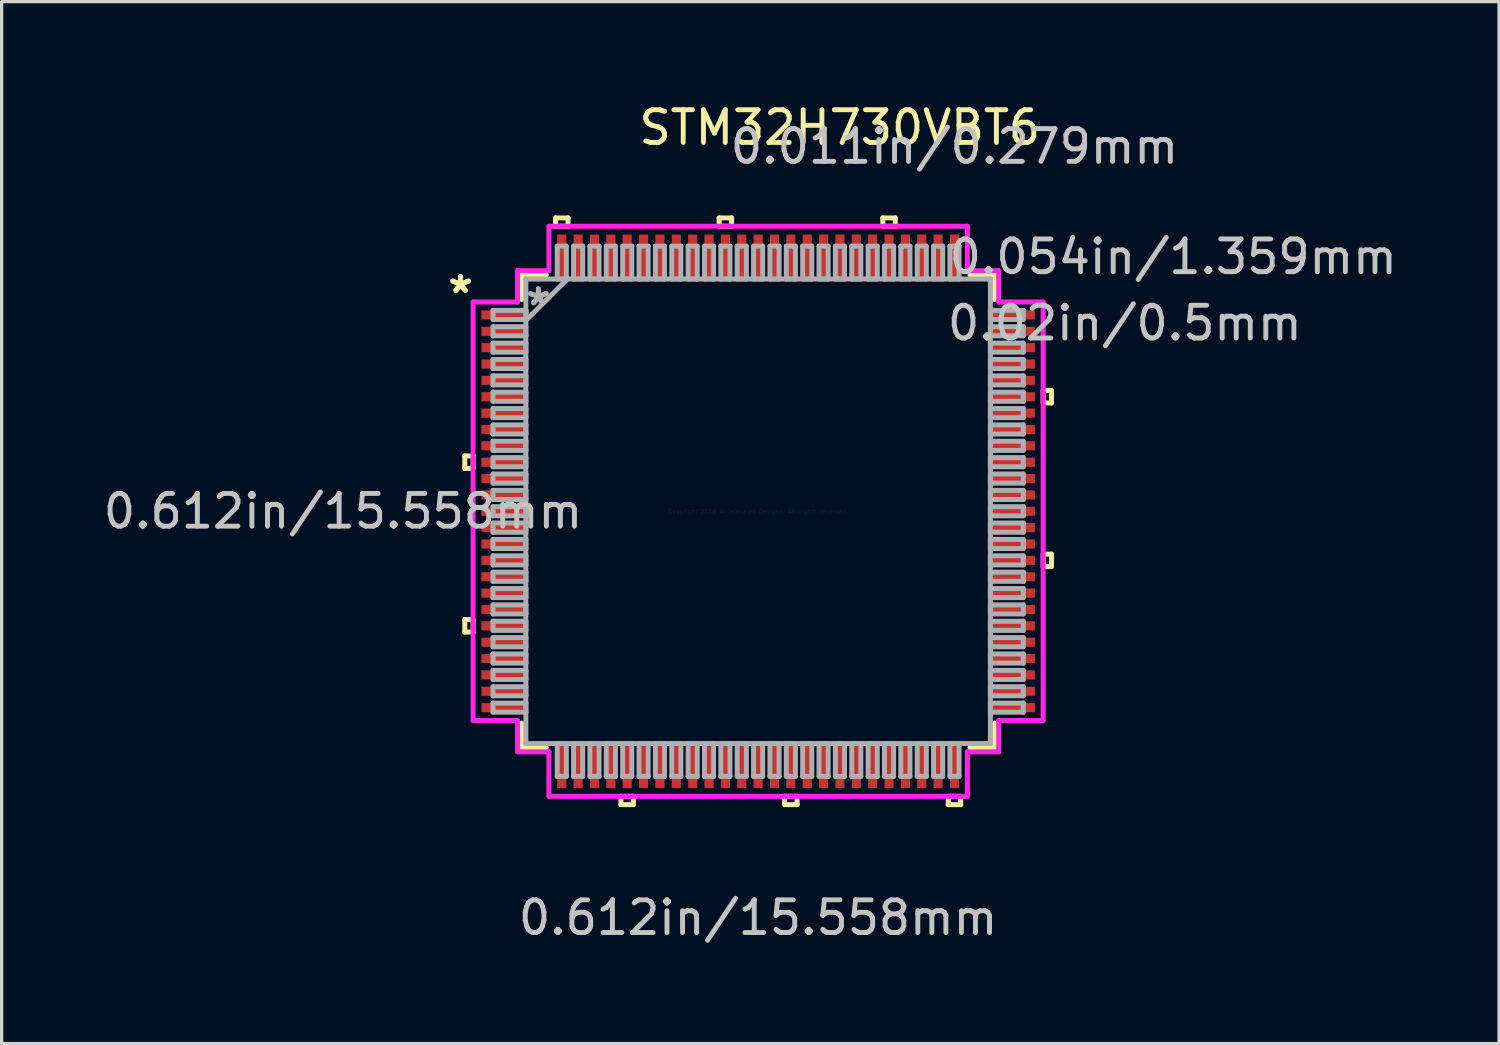
<source format=kicad_pcb>
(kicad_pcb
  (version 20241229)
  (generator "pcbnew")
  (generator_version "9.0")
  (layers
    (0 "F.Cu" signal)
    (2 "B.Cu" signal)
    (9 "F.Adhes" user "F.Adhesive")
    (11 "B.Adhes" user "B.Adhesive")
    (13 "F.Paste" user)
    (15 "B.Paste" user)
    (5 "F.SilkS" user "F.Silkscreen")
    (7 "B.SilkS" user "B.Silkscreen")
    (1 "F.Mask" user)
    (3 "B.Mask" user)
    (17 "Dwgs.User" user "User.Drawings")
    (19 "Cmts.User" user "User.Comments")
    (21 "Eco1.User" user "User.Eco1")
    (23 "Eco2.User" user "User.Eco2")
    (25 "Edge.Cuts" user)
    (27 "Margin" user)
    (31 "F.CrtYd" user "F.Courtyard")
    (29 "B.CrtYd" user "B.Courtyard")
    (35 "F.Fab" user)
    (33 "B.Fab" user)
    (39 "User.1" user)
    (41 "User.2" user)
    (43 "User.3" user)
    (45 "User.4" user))
  (footprint "STM32H730VBT6"
    (layer "F.Cu")
    (at 20.122 12.577)
    (property "Reference" "STM32H730VBT6" (at 2.496 -11.728 0) (layer "F.SilkS") (effects (font (size 1 1) (thickness 0.15))))
    (attr through_hole)
    (fp_line (start -8.966 -1.691) (end -8.966 -1.31) (stroke (width 0.152) (type solid)) (layer "F.SilkS"))
    (fp_line (start -8.966 -1.31) (end -8.712 -1.31) (stroke (width 0.152) (type solid)) (layer "F.SilkS"))
    (fp_line (start -8.966 3.31) (end -8.966 3.691) (stroke (width 0.152) (type solid)) (layer "F.SilkS"))
    (fp_line (start -8.966 3.691) (end -8.712 3.691) (stroke (width 0.152) (type solid)) (layer "F.SilkS"))
    (fp_line (start -8.712 -1.691) (end -8.966 -1.691) (stroke (width 0.152) (type solid)) (layer "F.SilkS"))
    (fp_line (start -8.712 -1.31) (end -8.712 -1.691) (stroke (width 0.152) (type solid)) (layer "F.SilkS"))
    (fp_line (start -8.712 3.31) (end -8.966 3.31) (stroke (width 0.152) (type solid)) (layer "F.SilkS"))
    (fp_line (start -8.712 3.691) (end -8.712 3.31) (stroke (width 0.152) (type solid)) (layer "F.SilkS"))
    (fp_line (start -7.226 -7.226) (end -7.226 -6.474) (stroke (width 0.152) (type solid)) (layer "F.SilkS"))
    (fp_line (start -7.226 6.474) (end -7.226 7.226) (stroke (width 0.152) (type solid)) (layer "F.SilkS"))
    (fp_line (start -7.226 7.226) (end -6.474 7.226) (stroke (width 0.152) (type solid)) (layer "F.SilkS"))
    (fp_line (start -6.474 -7.226) (end -7.226 -7.226) (stroke (width 0.152) (type solid)) (layer "F.SilkS"))
    (fp_line (start -6.192 -8.966) (end -5.811 -8.966) (stroke (width 0.152) (type solid)) (layer "F.SilkS"))
    (fp_line (start -6.192 -8.712) (end -6.192 -8.966) (stroke (width 0.152) (type solid)) (layer "F.SilkS"))
    (fp_line (start -5.811 -8.966) (end -5.811 -8.712) (stroke (width 0.152) (type solid)) (layer "F.SilkS"))
    (fp_line (start -5.811 -8.712) (end -6.192 -8.712) (stroke (width 0.152) (type solid)) (layer "F.SilkS"))
    (fp_line (start -4.192 8.712) (end -4.192 8.966) (stroke (width 0.152) (type solid)) (layer "F.SilkS"))
    (fp_line (start -4.192 8.966) (end -3.811 8.966) (stroke (width 0.152) (type solid)) (layer "F.SilkS"))
    (fp_line (start -3.811 8.712) (end -4.192 8.712) (stroke (width 0.152) (type solid)) (layer "F.SilkS"))
    (fp_line (start -3.811 8.966) (end -3.811 8.712) (stroke (width 0.152) (type solid)) (layer "F.SilkS"))
    (fp_line (start -1.191 -8.966) (end -0.81 -8.966) (stroke (width 0.152) (type solid)) (layer "F.SilkS"))
    (fp_line (start -1.191 -8.712) (end -1.191 -8.966) (stroke (width 0.152) (type solid)) (layer "F.SilkS"))
    (fp_line (start -0.81 -8.966) (end -0.81 -8.712) (stroke (width 0.152) (type solid)) (layer "F.SilkS"))
    (fp_line (start -0.81 -8.712) (end -1.191 -8.712) (stroke (width 0.152) (type solid)) (layer "F.SilkS"))
    (fp_line (start 0.81 8.712) (end 0.81 8.966) (stroke (width 0.152) (type solid)) (layer "F.SilkS"))
    (fp_line (start 0.81 8.966) (end 1.191 8.966) (stroke (width 0.152) (type solid)) (layer "F.SilkS"))
    (fp_line (start 1.191 8.712) (end 0.81 8.712) (stroke (width 0.152) (type solid)) (layer "F.SilkS"))
    (fp_line (start 1.191 8.966) (end 1.191 8.712) (stroke (width 0.152) (type solid)) (layer "F.SilkS"))
    (fp_line (start 3.811 -8.966) (end 4.192 -8.966) (stroke (width 0.152) (type solid)) (layer "F.SilkS"))
    (fp_line (start 3.811 -8.712) (end 3.811 -8.966) (stroke (width 0.152) (type solid)) (layer "F.SilkS"))
    (fp_line (start 4.192 -8.966) (end 4.192 -8.712) (stroke (width 0.152) (type solid)) (layer "F.SilkS"))
    (fp_line (start 4.192 -8.712) (end 3.811 -8.712) (stroke (width 0.152) (type solid)) (layer "F.SilkS"))
    (fp_line (start 5.811 8.712) (end 5.811 8.966) (stroke (width 0.152) (type solid)) (layer "F.SilkS"))
    (fp_line (start 5.811 8.966) (end 6.192 8.966) (stroke (width 0.152) (type solid)) (layer "F.SilkS"))
    (fp_line (start 6.192 8.712) (end 5.811 8.712) (stroke (width 0.152) (type solid)) (layer "F.SilkS"))
    (fp_line (start 6.192 8.966) (end 6.192 8.712) (stroke (width 0.152) (type solid)) (layer "F.SilkS"))
    (fp_line (start 6.474 7.226) (end 7.226 7.226) (stroke (width 0.152) (type solid)) (layer "F.SilkS"))
    (fp_line (start 7.226 -7.226) (end 6.474 -7.226) (stroke (width 0.152) (type solid)) (layer "F.SilkS"))
    (fp_line (start 7.226 -6.474) (end 7.226 -7.226) (stroke (width 0.152) (type solid)) (layer "F.SilkS"))
    (fp_line (start 7.226 7.226) (end 7.226 6.474) (stroke (width 0.152) (type solid)) (layer "F.SilkS"))
    (fp_line (start 8.712 -3.691) (end 8.966 -3.691) (stroke (width 0.152) (type solid)) (layer "F.SilkS"))
    (fp_line (start 8.712 -3.31) (end 8.712 -3.691) (stroke (width 0.152) (type solid)) (layer "F.SilkS"))
    (fp_line (start 8.712 1.31) (end 8.966 1.31) (stroke (width 0.152) (type solid)) (layer "F.SilkS"))
    (fp_line (start 8.712 1.691) (end 8.712 1.31) (stroke (width 0.152) (type solid)) (layer "F.SilkS"))
    (fp_line (start 8.966 -3.691) (end 8.966 -3.31) (stroke (width 0.152) (type solid)) (layer "F.SilkS"))
    (fp_line (start 8.966 -3.31) (end 8.712 -3.31) (stroke (width 0.152) (type solid)) (layer "F.SilkS"))
    (fp_line (start 8.966 1.31) (end 8.966 1.691) (stroke (width 0.152) (type solid)) (layer "F.SilkS"))
    (fp_line (start 8.966 1.691) (end 8.712 1.691) (stroke (width 0.152) (type solid)) (layer "F.SilkS"))
    (fp_line (start -8.712 -6.395) (end -7.353 -6.395) (stroke (width 0.152) (type solid)) (layer "F.CrtYd"))
    (fp_line (start -8.712 6.395) (end -8.712 -6.395) (stroke (width 0.152) (type solid)) (layer "F.CrtYd"))
    (fp_line (start -7.353 -7.353) (end -6.395 -7.353) (stroke (width 0.152) (type solid)) (layer "F.CrtYd"))
    (fp_line (start -7.353 -6.395) (end -7.353 -7.353) (stroke (width 0.152) (type solid)) (layer "F.CrtYd"))
    (fp_line (start -7.353 6.395) (end -8.712 6.395) (stroke (width 0.152) (type solid)) (layer "F.CrtYd"))
    (fp_line (start -7.353 7.353) (end -7.353 6.395) (stroke (width 0.152) (type solid)) (layer "F.CrtYd"))
    (fp_line (start -6.395 -8.712) (end 6.395 -8.712) (stroke (width 0.152) (type solid)) (layer "F.CrtYd"))
    (fp_line (start -6.395 -7.353) (end -6.395 -8.712) (stroke (width 0.152) (type solid)) (layer "F.CrtYd"))
    (fp_line (start -6.395 7.353) (end -7.353 7.353) (stroke (width 0.152) (type solid)) (layer "F.CrtYd"))
    (fp_line (start -6.395 8.712) (end -6.395 7.353) (stroke (width 0.152) (type solid)) (layer "F.CrtYd"))
    (fp_line (start 6.395 -8.712) (end 6.395 -7.353) (stroke (width 0.152) (type solid)) (layer "F.CrtYd"))
    (fp_line (start 6.395 -7.353) (end 7.353 -7.353) (stroke (width 0.152) (type solid)) (layer "F.CrtYd"))
    (fp_line (start 6.395 7.353) (end 6.395 8.712) (stroke (width 0.152) (type solid)) (layer "F.CrtYd"))
    (fp_line (start 6.395 8.712) (end -6.395 8.712) (stroke (width 0.152) (type solid)) (layer "F.CrtYd"))
    (fp_line (start 7.353 -7.353) (end 7.353 -6.395) (stroke (width 0.152) (type solid)) (layer "F.CrtYd"))
    (fp_line (start 7.353 -6.395) (end 8.712 -6.395) (stroke (width 0.152) (type solid)) (layer "F.CrtYd"))
    (fp_line (start 7.353 6.395) (end 7.353 7.353) (stroke (width 0.152) (type solid)) (layer "F.CrtYd"))
    (fp_line (start 7.353 7.353) (end 6.395 7.353) (stroke (width 0.152) (type solid)) (layer "F.CrtYd"))
    (fp_line (start 8.712 -6.395) (end 8.712 6.395) (stroke (width 0.152) (type solid)) (layer "F.CrtYd"))
    (fp_line (start 8.712 6.395) (end 7.353 6.395) (stroke (width 0.152) (type solid)) (layer "F.CrtYd"))
    (fp_line (start -8.103 -6.141) (end -8.103 -5.862) (stroke (width 0.152) (type solid)) (layer "F.Fab"))
    (fp_line (start -8.103 -5.862) (end -7.099 -5.862) (stroke (width 0.152) (type solid)) (layer "F.Fab"))
    (fp_line (start -8.103 -5.641) (end -8.103 -5.362) (stroke (width 0.152) (type solid)) (layer "F.Fab"))
    (fp_line (start -8.103 -5.362) (end -7.099 -5.362) (stroke (width 0.152) (type solid)) (layer "F.Fab"))
    (fp_line (start -8.103 -5.141) (end -8.103 -4.862) (stroke (width 0.152) (type solid)) (layer "F.Fab"))
    (fp_line (start -8.103 -4.862) (end -7.099 -4.862) (stroke (width 0.152) (type solid)) (layer "F.Fab"))
    (fp_line (start -8.103 -4.641) (end -8.103 -4.361) (stroke (width 0.152) (type solid)) (layer "F.Fab"))
    (fp_line (start -8.103 -4.361) (end -7.099 -4.361) (stroke (width 0.152) (type solid)) (layer "F.Fab"))
    (fp_line (start -8.103 -4.141) (end -8.103 -3.861) (stroke (width 0.152) (type solid)) (layer "F.Fab"))
    (fp_line (start -8.103 -3.861) (end -7.099 -3.861) (stroke (width 0.152) (type solid)) (layer "F.Fab"))
    (fp_line (start -8.103 -3.641) (end -8.103 -3.361) (stroke (width 0.152) (type solid)) (layer "F.Fab"))
    (fp_line (start -8.103 -3.361) (end -7.099 -3.361) (stroke (width 0.152) (type solid)) (layer "F.Fab"))
    (fp_line (start -8.103 -3.14) (end -8.103 -2.861) (stroke (width 0.152) (type solid)) (layer "F.Fab"))
    (fp_line (start -8.103 -2.861) (end -7.099 -2.861) (stroke (width 0.152) (type solid)) (layer "F.Fab"))
    (fp_line (start -8.103 -2.64) (end -8.103 -2.361) (stroke (width 0.152) (type solid)) (layer "F.Fab"))
    (fp_line (start -8.103 -2.361) (end -7.099 -2.361) (stroke (width 0.152) (type solid)) (layer "F.Fab"))
    (fp_line (start -8.103 -2.14) (end -8.103 -1.861) (stroke (width 0.152) (type solid)) (layer "F.Fab"))
    (fp_line (start -8.103 -1.861) (end -7.099 -1.861) (stroke (width 0.152) (type solid)) (layer "F.Fab"))
    (fp_line (start -8.103 -1.64) (end -8.103 -1.361) (stroke (width 0.152) (type solid)) (layer "F.Fab"))
    (fp_line (start -8.103 -1.361) (end -7.099 -1.361) (stroke (width 0.152) (type solid)) (layer "F.Fab"))
    (fp_line (start -8.103 -1.14) (end -8.103 -0.861) (stroke (width 0.152) (type solid)) (layer "F.Fab"))
    (fp_line (start -8.103 -0.861) (end -7.099 -0.861) (stroke (width 0.152) (type solid)) (layer "F.Fab"))
    (fp_line (start -8.103 -0.64) (end -8.103 -0.36) (stroke (width 0.152) (type solid)) (layer "F.Fab"))
    (fp_line (start -8.103 -0.36) (end -7.099 -0.36) (stroke (width 0.152) (type solid)) (layer "F.Fab"))
    (fp_line (start -8.103 -0.14) (end -8.103 0.14) (stroke (width 0.152) (type solid)) (layer "F.Fab"))
    (fp_line (start -8.103 0.14) (end -7.099 0.14) (stroke (width 0.152) (type solid)) (layer "F.Fab"))
    (fp_line (start -8.103 0.36) (end -8.103 0.64) (stroke (width 0.152) (type solid)) (layer "F.Fab"))
    (fp_line (start -8.103 0.64) (end -7.099 0.64) (stroke (width 0.152) (type solid)) (layer "F.Fab"))
    (fp_line (start -8.103 0.861) (end -8.103 1.14) (stroke (width 0.152) (type solid)) (layer "F.Fab"))
    (fp_line (start -8.103 1.14) (end -7.099 1.14) (stroke (width 0.152) (type solid)) (layer "F.Fab"))
    (fp_line (start -8.103 1.361) (end -8.103 1.64) (stroke (width 0.152) (type solid)) (layer "F.Fab"))
    (fp_line (start -8.103 1.64) (end -7.099 1.64) (stroke (width 0.152) (type solid)) (layer "F.Fab"))
    (fp_line (start -8.103 1.861) (end -8.103 2.14) (stroke (width 0.152) (type solid)) (layer "F.Fab"))
    (fp_line (start -8.103 2.14) (end -7.099 2.14) (stroke (width 0.152) (type solid)) (layer "F.Fab"))
    (fp_line (start -8.103 2.361) (end -8.103 2.64) (stroke (width 0.152) (type solid)) (layer "F.Fab"))
    (fp_line (start -8.103 2.64) (end -7.099 2.64) (stroke (width 0.152) (type solid)) (layer "F.Fab"))
    (fp_line (start -8.103 2.861) (end -8.103 3.14) (stroke (width 0.152) (type solid)) (layer "F.Fab"))
    (fp_line (start -8.103 3.14) (end -7.099 3.14) (stroke (width 0.152) (type solid)) (layer "F.Fab"))
    (fp_line (start -8.103 3.361) (end -8.103 3.641) (stroke (width 0.152) (type solid)) (layer "F.Fab"))
    (fp_line (start -8.103 3.641) (end -7.099 3.641) (stroke (width 0.152) (type solid)) (layer "F.Fab"))
    (fp_line (start -8.103 3.861) (end -8.103 4.141) (stroke (width 0.152) (type solid)) (layer "F.Fab"))
    (fp_line (start -8.103 4.141) (end -7.099 4.141) (stroke (width 0.152) (type solid)) (layer "F.Fab"))
    (fp_line (start -8.103 4.361) (end -8.103 4.641) (stroke (width 0.152) (type solid)) (layer "F.Fab"))
    (fp_line (start -8.103 4.641) (end -7.099 4.641) (stroke (width 0.152) (type solid)) (layer "F.Fab"))
    (fp_line (start -8.103 4.862) (end -8.103 5.141) (stroke (width 0.152) (type solid)) (layer "F.Fab"))
    (fp_line (start -8.103 5.141) (end -7.099 5.141) (stroke (width 0.152) (type solid)) (layer "F.Fab"))
    (fp_line (start -8.103 5.362) (end -8.103 5.641) (stroke (width 0.152) (type solid)) (layer "F.Fab"))
    (fp_line (start -8.103 5.641) (end -7.099 5.641) (stroke (width 0.152) (type solid)) (layer "F.Fab"))
    (fp_line (start -8.103 5.862) (end -8.103 6.141) (stroke (width 0.152) (type solid)) (layer "F.Fab"))
    (fp_line (start -8.103 6.141) (end -7.099 6.141) (stroke (width 0.152) (type solid)) (layer "F.Fab"))
    (fp_line (start -7.099 -7.099) (end -7.099 -7.099) (stroke (width 0.152) (type solid)) (layer "F.Fab"))
    (fp_line (start -7.099 -7.099) (end -7.099 7.099) (stroke (width 0.152) (type solid)) (layer "F.Fab"))
    (fp_line (start -7.099 -6.141) (end -8.103 -6.141) (stroke (width 0.152) (type solid)) (layer "F.Fab"))
    (fp_line (start -7.099 -5.862) (end -7.099 -6.141) (stroke (width 0.152) (type solid)) (layer "F.Fab"))
    (fp_line (start -7.099 -5.829) (end -5.829 -7.099) (stroke (width 0.152) (type solid)) (layer "F.Fab"))
    (fp_line (start -7.099 -5.641) (end -8.103 -5.641) (stroke (width 0.152) (type solid)) (layer "F.Fab"))
    (fp_line (start -7.099 -5.362) (end -7.099 -5.641) (stroke (width 0.152) (type solid)) (layer "F.Fab"))
    (fp_line (start -7.099 -5.141) (end -8.103 -5.141) (stroke (width 0.152) (type solid)) (layer "F.Fab"))
    (fp_line (start -7.099 -4.862) (end -7.099 -5.141) (stroke (width 0.152) (type solid)) (layer "F.Fab"))
    (fp_line (start -7.099 -4.641) (end -8.103 -4.641) (stroke (width 0.152) (type solid)) (layer "F.Fab"))
    (fp_line (start -7.099 -4.361) (end -7.099 -4.641) (stroke (width 0.152) (type solid)) (layer "F.Fab"))
    (fp_line (start -7.099 -4.141) (end -8.103 -4.141) (stroke (width 0.152) (type solid)) (layer "F.Fab"))
    (fp_line (start -7.099 -3.861) (end -7.099 -4.141) (stroke (width 0.152) (type solid)) (layer "F.Fab"))
    (fp_line (start -7.099 -3.641) (end -8.103 -3.641) (stroke (width 0.152) (type solid)) (layer "F.Fab"))
    (fp_line (start -7.099 -3.361) (end -7.099 -3.641) (stroke (width 0.152) (type solid)) (layer "F.Fab"))
    (fp_line (start -7.099 -3.14) (end -8.103 -3.14) (stroke (width 0.152) (type solid)) (layer "F.Fab"))
    (fp_line (start -7.099 -2.861) (end -7.099 -3.14) (stroke (width 0.152) (type solid)) (layer "F.Fab"))
    (fp_line (start -7.099 -2.64) (end -8.103 -2.64) (stroke (width 0.152) (type solid)) (layer "F.Fab"))
    (fp_line (start -7.099 -2.361) (end -7.099 -2.64) (stroke (width 0.152) (type solid)) (layer "F.Fab"))
    (fp_line (start -7.099 -2.14) (end -8.103 -2.14) (stroke (width 0.152) (type solid)) (layer "F.Fab"))
    (fp_line (start -7.099 -1.861) (end -7.099 -2.14) (stroke (width 0.152) (type solid)) (layer "F.Fab"))
    (fp_line (start -7.099 -1.64) (end -8.103 -1.64) (stroke (width 0.152) (type solid)) (layer "F.Fab"))
    (fp_line (start -7.099 -1.361) (end -7.099 -1.64) (stroke (width 0.152) (type solid)) (layer "F.Fab"))
    (fp_line (start -7.099 -1.14) (end -8.103 -1.14) (stroke (width 0.152) (type solid)) (layer "F.Fab"))
    (fp_line (start -7.099 -0.861) (end -7.099 -1.14) (stroke (width 0.152) (type solid)) (layer "F.Fab"))
    (fp_line (start -7.099 -0.64) (end -8.103 -0.64) (stroke (width 0.152) (type solid)) (layer "F.Fab"))
    (fp_line (start -7.099 -0.36) (end -7.099 -0.64) (stroke (width 0.152) (type solid)) (layer "F.Fab"))
    (fp_line (start -7.099 -0.14) (end -8.103 -0.14) (stroke (width 0.152) (type solid)) (layer "F.Fab"))
    (fp_line (start -7.099 0.14) (end -7.099 -0.14) (stroke (width 0.152) (type solid)) (layer "F.Fab"))
    (fp_line (start -7.099 0.36) (end -8.103 0.36) (stroke (width 0.152) (type solid)) (layer "F.Fab"))
    (fp_line (start -7.099 0.64) (end -7.099 0.36) (stroke (width 0.152) (type solid)) (layer "F.Fab"))
    (fp_line (start -7.099 0.861) (end -8.103 0.861) (stroke (width 0.152) (type solid)) (layer "F.Fab"))
    (fp_line (start -7.099 1.14) (end -7.099 0.861) (stroke (width 0.152) (type solid)) (layer "F.Fab"))
    (fp_line (start -7.099 1.361) (end -8.103 1.361) (stroke (width 0.152) (type solid)) (layer "F.Fab"))
    (fp_line (start -7.099 1.64) (end -7.099 1.361) (stroke (width 0.152) (type solid)) (layer "F.Fab"))
    (fp_line (start -7.099 1.861) (end -8.103 1.861) (stroke (width 0.152) (type solid)) (layer "F.Fab"))
    (fp_line (start -7.099 2.14) (end -7.099 1.861) (stroke (width 0.152) (type solid)) (layer "F.Fab"))
    (fp_line (start -7.099 2.361) (end -8.103 2.361) (stroke (width 0.152) (type solid)) (layer "F.Fab"))
    (fp_line (start -7.099 2.64) (end -7.099 2.361) (stroke (width 0.152) (type solid)) (layer "F.Fab"))
    (fp_line (start -7.099 2.861) (end -8.103 2.861) (stroke (width 0.152) (type solid)) (layer "F.Fab"))
    (fp_line (start -7.099 3.14) (end -7.099 2.861) (stroke (width 0.152) (type solid)) (layer "F.Fab"))
    (fp_line (start -7.099 3.361) (end -8.103 3.361) (stroke (width 0.152) (type solid)) (layer "F.Fab"))
    (fp_line (start -7.099 3.641) (end -7.099 3.361) (stroke (width 0.152) (type solid)) (layer "F.Fab"))
    (fp_line (start -7.099 3.861) (end -8.103 3.861) (stroke (width 0.152) (type solid)) (layer "F.Fab"))
    (fp_line (start -7.099 4.141) (end -7.099 3.861) (stroke (width 0.152) (type solid)) (layer "F.Fab"))
    (fp_line (start -7.099 4.361) (end -8.103 4.361) (stroke (width 0.152) (type solid)) (layer "F.Fab"))
    (fp_line (start -7.099 4.641) (end -7.099 4.361) (stroke (width 0.152) (type solid)) (layer "F.Fab"))
    (fp_line (start -7.099 4.862) (end -8.103 4.862) (stroke (width 0.152) (type solid)) (layer "F.Fab"))
    (fp_line (start -7.099 5.141) (end -7.099 4.862) (stroke (width 0.152) (type solid)) (layer "F.Fab"))
    (fp_line (start -7.099 5.362) (end -8.103 5.362) (stroke (width 0.152) (type solid)) (layer "F.Fab"))
    (fp_line (start -7.099 5.641) (end -7.099 5.362) (stroke (width 0.152) (type solid)) (layer "F.Fab"))
    (fp_line (start -7.099 5.862) (end -8.103 5.862) (stroke (width 0.152) (type solid)) (layer "F.Fab"))
    (fp_line (start -7.099 6.141) (end -7.099 5.862) (stroke (width 0.152) (type solid)) (layer "F.Fab"))
    (fp_line (start -7.099 7.099) (end -7.099 7.099) (stroke (width 0.152) (type solid)) (layer "F.Fab"))
    (fp_line (start -7.099 7.099) (end 7.099 7.099) (stroke (width 0.152) (type solid)) (layer "F.Fab"))
    (fp_line (start -6.141 -8.103) (end -6.141 -7.099) (stroke (width 0.152) (type solid)) (layer "F.Fab"))
    (fp_line (start -6.141 -7.099) (end -5.862 -7.099) (stroke (width 0.152) (type solid)) (layer "F.Fab"))
    (fp_line (start -6.141 7.099) (end -6.141 8.103) (stroke (width 0.152) (type solid)) (layer "F.Fab"))
    (fp_line (start -6.141 8.103) (end -5.862 8.103) (stroke (width 0.152) (type solid)) (layer "F.Fab"))
    (fp_line (start -5.862 -8.103) (end -6.141 -8.103) (stroke (width 0.152) (type solid)) (layer "F.Fab"))
    (fp_line (start -5.862 -7.099) (end -5.862 -8.103) (stroke (width 0.152) (type solid)) (layer "F.Fab"))
    (fp_line (start -5.862 7.099) (end -6.141 7.099) (stroke (width 0.152) (type solid)) (layer "F.Fab"))
    (fp_line (start -5.862 8.103) (end -5.862 7.099) (stroke (width 0.152) (type solid)) (layer "F.Fab"))
    (fp_line (start -5.641 -8.103) (end -5.641 -7.099) (stroke (width 0.152) (type solid)) (layer "F.Fab"))
    (fp_line (start -5.641 -7.099) (end -5.362 -7.099) (stroke (width 0.152) (type solid)) (layer "F.Fab"))
    (fp_line (start -5.641 7.099) (end -5.641 8.103) (stroke (width 0.152) (type solid)) (layer "F.Fab"))
    (fp_line (start -5.641 8.103) (end -5.362 8.103) (stroke (width 0.152) (type solid)) (layer "F.Fab"))
    (fp_line (start -5.362 -8.103) (end -5.641 -8.103) (stroke (width 0.152) (type solid)) (layer "F.Fab"))
    (fp_line (start -5.362 -7.099) (end -5.362 -8.103) (stroke (width 0.152) (type solid)) (layer "F.Fab"))
    (fp_line (start -5.362 7.099) (end -5.641 7.099) (stroke (width 0.152) (type solid)) (layer "F.Fab"))
    (fp_line (start -5.362 8.103) (end -5.362 7.099) (stroke (width 0.152) (type solid)) (layer "F.Fab"))
    (fp_line (start -5.141 -8.103) (end -5.141 -7.099) (stroke (width 0.152) (type solid)) (layer "F.Fab"))
    (fp_line (start -5.141 -7.099) (end -4.862 -7.099) (stroke (width 0.152) (type solid)) (layer "F.Fab"))
    (fp_line (start -5.141 7.099) (end -5.141 8.103) (stroke (width 0.152) (type solid)) (layer "F.Fab"))
    (fp_line (start -5.141 8.103) (end -4.862 8.103) (stroke (width 0.152) (type solid)) (layer "F.Fab"))
    (fp_line (start -4.862 -8.103) (end -5.141 -8.103) (stroke (width 0.152) (type solid)) (layer "F.Fab"))
    (fp_line (start -4.862 -7.099) (end -4.862 -8.103) (stroke (width 0.152) (type solid)) (layer "F.Fab"))
    (fp_line (start -4.862 7.099) (end -5.141 7.099) (stroke (width 0.152) (type solid)) (layer "F.Fab"))
    (fp_line (start -4.862 8.103) (end -4.862 7.099) (stroke (width 0.152) (type solid)) (layer "F.Fab"))
    (fp_line (start -4.641 -8.103) (end -4.641 -7.099) (stroke (width 0.152) (type solid)) (layer "F.Fab"))
    (fp_line (start -4.641 -7.099) (end -4.361 -7.099) (stroke (width 0.152) (type solid)) (layer "F.Fab"))
    (fp_line (start -4.641 7.099) (end -4.641 8.103) (stroke (width 0.152) (type solid)) (layer "F.Fab"))
    (fp_line (start -4.641 8.103) (end -4.361 8.103) (stroke (width 0.152) (type solid)) (layer "F.Fab"))
    (fp_line (start -4.361 -8.103) (end -4.641 -8.103) (stroke (width 0.152) (type solid)) (layer "F.Fab"))
    (fp_line (start -4.361 -7.099) (end -4.361 -8.103) (stroke (width 0.152) (type solid)) (layer "F.Fab"))
    (fp_line (start -4.361 7.099) (end -4.641 7.099) (stroke (width 0.152) (type solid)) (layer "F.Fab"))
    (fp_line (start -4.361 8.103) (end -4.361 7.099) (stroke (width 0.152) (type solid)) (layer "F.Fab"))
    (fp_line (start -4.141 -8.103) (end -4.141 -7.099) (stroke (width 0.152) (type solid)) (layer "F.Fab"))
    (fp_line (start -4.141 -7.099) (end -3.861 -7.099) (stroke (width 0.152) (type solid)) (layer "F.Fab"))
    (fp_line (start -4.141 7.099) (end -4.141 8.103) (stroke (width 0.152) (type solid)) (layer "F.Fab"))
    (fp_line (start -4.141 8.103) (end -3.861 8.103) (stroke (width 0.152) (type solid)) (layer "F.Fab"))
    (fp_line (start -3.861 -8.103) (end -4.141 -8.103) (stroke (width 0.152) (type solid)) (layer "F.Fab"))
    (fp_line (start -3.861 -7.099) (end -3.861 -8.103) (stroke (width 0.152) (type solid)) (layer "F.Fab"))
    (fp_line (start -3.861 7.099) (end -4.141 7.099) (stroke (width 0.152) (type solid)) (layer "F.Fab"))
    (fp_line (start -3.861 8.103) (end -3.861 7.099) (stroke (width 0.152) (type solid)) (layer "F.Fab"))
    (fp_line (start -3.641 -8.103) (end -3.641 -7.099) (stroke (width 0.152) (type solid)) (layer "F.Fab"))
    (fp_line (start -3.641 -7.099) (end -3.361 -7.099) (stroke (width 0.152) (type solid)) (layer "F.Fab"))
    (fp_line (start -3.641 7.099) (end -3.641 8.103) (stroke (width 0.152) (type solid)) (layer "F.Fab"))
    (fp_line (start -3.641 8.103) (end -3.361 8.103) (stroke (width 0.152) (type solid)) (layer "F.Fab"))
    (fp_line (start -3.361 -8.103) (end -3.641 -8.103) (stroke (width 0.152) (type solid)) (layer "F.Fab"))
    (fp_line (start -3.361 -7.099) (end -3.361 -8.103) (stroke (width 0.152) (type solid)) (layer "F.Fab"))
    (fp_line (start -3.361 7.099) (end -3.641 7.099) (stroke (width 0.152) (type solid)) (layer "F.Fab"))
    (fp_line (start -3.361 8.103) (end -3.361 7.099) (stroke (width 0.152) (type solid)) (layer "F.Fab"))
    (fp_line (start -3.14 -8.103) (end -3.14 -7.099) (stroke (width 0.152) (type solid)) (layer "F.Fab"))
    (fp_line (start -3.14 -7.099) (end -2.861 -7.099) (stroke (width 0.152) (type solid)) (layer "F.Fab"))
    (fp_line (start -3.14 7.099) (end -3.14 8.103) (stroke (width 0.152) (type solid)) (layer "F.Fab"))
    (fp_line (start -3.14 8.103) (end -2.861 8.103) (stroke (width 0.152) (type solid)) (layer "F.Fab"))
    (fp_line (start -2.861 -8.103) (end -3.14 -8.103) (stroke (width 0.152) (type solid)) (layer "F.Fab"))
    (fp_line (start -2.861 -7.099) (end -2.861 -8.103) (stroke (width 0.152) (type solid)) (layer "F.Fab"))
    (fp_line (start -2.861 7.099) (end -3.14 7.099) (stroke (width 0.152) (type solid)) (layer "F.Fab"))
    (fp_line (start -2.861 8.103) (end -2.861 7.099) (stroke (width 0.152) (type solid)) (layer "F.Fab"))
    (fp_line (start -2.64 -8.103) (end -2.64 -7.099) (stroke (width 0.152) (type solid)) (layer "F.Fab"))
    (fp_line (start -2.64 -7.099) (end -2.361 -7.099) (stroke (width 0.152) (type solid)) (layer "F.Fab"))
    (fp_line (start -2.64 7.099) (end -2.64 8.103) (stroke (width 0.152) (type solid)) (layer "F.Fab"))
    (fp_line (start -2.64 8.103) (end -2.361 8.103) (stroke (width 0.152) (type solid)) (layer "F.Fab"))
    (fp_line (start -2.361 -8.103) (end -2.64 -8.103) (stroke (width 0.152) (type solid)) (layer "F.Fab"))
    (fp_line (start -2.361 -7.099) (end -2.361 -8.103) (stroke (width 0.152) (type solid)) (layer "F.Fab"))
    (fp_line (start -2.361 7.099) (end -2.64 7.099) (stroke (width 0.152) (type solid)) (layer "F.Fab"))
    (fp_line (start -2.361 8.103) (end -2.361 7.099) (stroke (width 0.152) (type solid)) (layer "F.Fab"))
    (fp_line (start -2.14 -8.103) (end -2.14 -7.099) (stroke (width 0.152) (type solid)) (layer "F.Fab"))
    (fp_line (start -2.14 -7.099) (end -1.861 -7.099) (stroke (width 0.152) (type solid)) (layer "F.Fab"))
    (fp_line (start -2.14 7.099) (end -2.14 8.103) (stroke (width 0.152) (type solid)) (layer "F.Fab"))
    (fp_line (start -2.14 8.103) (end -1.861 8.103) (stroke (width 0.152) (type solid)) (layer "F.Fab"))
    (fp_line (start -1.861 -8.103) (end -2.14 -8.103) (stroke (width 0.152) (type solid)) (layer "F.Fab"))
    (fp_line (start -1.861 -7.099) (end -1.861 -8.103) (stroke (width 0.152) (type solid)) (layer "F.Fab"))
    (fp_line (start -1.861 7.099) (end -2.14 7.099) (stroke (width 0.152) (type solid)) (layer "F.Fab"))
    (fp_line (start -1.861 8.103) (end -1.861 7.099) (stroke (width 0.152) (type solid)) (layer "F.Fab"))
    (fp_line (start -1.64 -8.103) (end -1.64 -7.099) (stroke (width 0.152) (type solid)) (layer "F.Fab"))
    (fp_line (start -1.64 -7.099) (end -1.361 -7.099) (stroke (width 0.152) (type solid)) (layer "F.Fab"))
    (fp_line (start -1.64 7.099) (end -1.64 8.103) (stroke (width 0.152) (type solid)) (layer "F.Fab"))
    (fp_line (start -1.64 8.103) (end -1.361 8.103) (stroke (width 0.152) (type solid)) (layer "F.Fab"))
    (fp_line (start -1.361 -8.103) (end -1.64 -8.103) (stroke (width 0.152) (type solid)) (layer "F.Fab"))
    (fp_line (start -1.361 -7.099) (end -1.361 -8.103) (stroke (width 0.152) (type solid)) (layer "F.Fab"))
    (fp_line (start -1.361 7.099) (end -1.64 7.099) (stroke (width 0.152) (type solid)) (layer "F.Fab"))
    (fp_line (start -1.361 8.103) (end -1.361 7.099) (stroke (width 0.152) (type solid)) (layer "F.Fab"))
    (fp_line (start -1.14 -8.103) (end -1.14 -7.099) (stroke (width 0.152) (type solid)) (layer "F.Fab"))
    (fp_line (start -1.14 -7.099) (end -0.861 -7.099) (stroke (width 0.152) (type solid)) (layer "F.Fab"))
    (fp_line (start -1.14 7.099) (end -1.14 8.103) (stroke (width 0.152) (type solid)) (layer "F.Fab"))
    (fp_line (start -1.14 8.103) (end -0.861 8.103) (stroke (width 0.152) (type solid)) (layer "F.Fab"))
    (fp_line (start -0.861 -8.103) (end -1.14 -8.103) (stroke (width 0.152) (type solid)) (layer "F.Fab"))
    (fp_line (start -0.861 -7.099) (end -0.861 -8.103) (stroke (width 0.152) (type solid)) (layer "F.Fab"))
    (fp_line (start -0.861 7.099) (end -1.14 7.099) (stroke (width 0.152) (type solid)) (layer "F.Fab"))
    (fp_line (start -0.861 8.103) (end -0.861 7.099) (stroke (width 0.152) (type solid)) (layer "F.Fab"))
    (fp_line (start -0.64 -8.103) (end -0.64 -7.099) (stroke (width 0.152) (type solid)) (layer "F.Fab"))
    (fp_line (start -0.64 -7.099) (end -0.36 -7.099) (stroke (width 0.152) (type solid)) (layer "F.Fab"))
    (fp_line (start -0.64 7.099) (end -0.64 8.103) (stroke (width 0.152) (type solid)) (layer "F.Fab"))
    (fp_line (start -0.64 8.103) (end -0.36 8.103) (stroke (width 0.152) (type solid)) (layer "F.Fab"))
    (fp_line (start -0.36 -8.103) (end -0.64 -8.103) (stroke (width 0.152) (type solid)) (layer "F.Fab"))
    (fp_line (start -0.36 -7.099) (end -0.36 -8.103) (stroke (width 0.152) (type solid)) (layer "F.Fab"))
    (fp_line (start -0.36 7.099) (end -0.64 7.099) (stroke (width 0.152) (type solid)) (layer "F.Fab"))
    (fp_line (start -0.36 8.103) (end -0.36 7.099) (stroke (width 0.152) (type solid)) (layer "F.Fab"))
    (fp_line (start -0.14 -8.103) (end -0.14 -7.099) (stroke (width 0.152) (type solid)) (layer "F.Fab"))
    (fp_line (start -0.14 -7.099) (end 0.14 -7.099) (stroke (width 0.152) (type solid)) (layer "F.Fab"))
    (fp_line (start -0.14 7.099) (end -0.14 8.103) (stroke (width 0.152) (type solid)) (layer "F.Fab"))
    (fp_line (start -0.14 8.103) (end 0.14 8.103) (stroke (width 0.152) (type solid)) (layer "F.Fab"))
    (fp_line (start 0.14 -8.103) (end -0.14 -8.103) (stroke (width 0.152) (type solid)) (layer "F.Fab"))
    (fp_line (start 0.14 -7.099) (end 0.14 -8.103) (stroke (width 0.152) (type solid)) (layer "F.Fab"))
    (fp_line (start 0.14 7.099) (end -0.14 7.099) (stroke (width 0.152) (type solid)) (layer "F.Fab"))
    (fp_line (start 0.14 8.103) (end 0.14 7.099) (stroke (width 0.152) (type solid)) (layer "F.Fab"))
    (fp_line (start 0.36 -8.103) (end 0.36 -7.099) (stroke (width 0.152) (type solid)) (layer "F.Fab"))
    (fp_line (start 0.36 -7.099) (end 0.64 -7.099) (stroke (width 0.152) (type solid)) (layer "F.Fab"))
    (fp_line (start 0.36 7.099) (end 0.36 8.103) (stroke (width 0.152) (type solid)) (layer "F.Fab"))
    (fp_line (start 0.36 8.103) (end 0.64 8.103) (stroke (width 0.152) (type solid)) (layer "F.Fab"))
    (fp_line (start 0.64 -8.103) (end 0.36 -8.103) (stroke (width 0.152) (type solid)) (layer "F.Fab"))
    (fp_line (start 0.64 -7.099) (end 0.64 -8.103) (stroke (width 0.152) (type solid)) (layer "F.Fab"))
    (fp_line (start 0.64 7.099) (end 0.36 7.099) (stroke (width 0.152) (type solid)) (layer "F.Fab"))
    (fp_line (start 0.64 8.103) (end 0.64 7.099) (stroke (width 0.152) (type solid)) (layer "F.Fab"))
    (fp_line (start 0.861 -8.103) (end 0.861 -7.099) (stroke (width 0.152) (type solid)) (layer "F.Fab"))
    (fp_line (start 0.861 -7.099) (end 1.14 -7.099) (stroke (width 0.152) (type solid)) (layer "F.Fab"))
    (fp_line (start 0.861 7.099) (end 0.861 8.103) (stroke (width 0.152) (type solid)) (layer "F.Fab"))
    (fp_line (start 0.861 8.103) (end 1.14 8.103) (stroke (width 0.152) (type solid)) (layer "F.Fab"))
    (fp_line (start 1.14 -8.103) (end 0.861 -8.103) (stroke (width 0.152) (type solid)) (layer "F.Fab"))
    (fp_line (start 1.14 -7.099) (end 1.14 -8.103) (stroke (width 0.152) (type solid)) (layer "F.Fab"))
    (fp_line (start 1.14 7.099) (end 0.861 7.099) (stroke (width 0.152) (type solid)) (layer "F.Fab"))
    (fp_line (start 1.14 8.103) (end 1.14 7.099) (stroke (width 0.152) (type solid)) (layer "F.Fab"))
    (fp_line (start 1.361 -8.103) (end 1.361 -7.099) (stroke (width 0.152) (type solid)) (layer "F.Fab"))
    (fp_line (start 1.361 -7.099) (end 1.64 -7.099) (stroke (width 0.152) (type solid)) (layer "F.Fab"))
    (fp_line (start 1.361 7.099) (end 1.361 8.103) (stroke (width 0.152) (type solid)) (layer "F.Fab"))
    (fp_line (start 1.361 8.103) (end 1.64 8.103) (stroke (width 0.152) (type solid)) (layer "F.Fab"))
    (fp_line (start 1.64 -8.103) (end 1.361 -8.103) (stroke (width 0.152) (type solid)) (layer "F.Fab"))
    (fp_line (start 1.64 -7.099) (end 1.64 -8.103) (stroke (width 0.152) (type solid)) (layer "F.Fab"))
    (fp_line (start 1.64 7.099) (end 1.361 7.099) (stroke (width 0.152) (type solid)) (layer "F.Fab"))
    (fp_line (start 1.64 8.103) (end 1.64 7.099) (stroke (width 0.152) (type solid)) (layer "F.Fab"))
    (fp_line (start 1.861 -8.103) (end 1.861 -7.099) (stroke (width 0.152) (type solid)) (layer "F.Fab"))
    (fp_line (start 1.861 -7.099) (end 2.14 -7.099) (stroke (width 0.152) (type solid)) (layer "F.Fab"))
    (fp_line (start 1.861 7.099) (end 1.861 8.103) (stroke (width 0.152) (type solid)) (layer "F.Fab"))
    (fp_line (start 1.861 8.103) (end 2.14 8.103) (stroke (width 0.152) (type solid)) (layer "F.Fab"))
    (fp_line (start 2.14 -8.103) (end 1.861 -8.103) (stroke (width 0.152) (type solid)) (layer "F.Fab"))
    (fp_line (start 2.14 -7.099) (end 2.14 -8.103) (stroke (width 0.152) (type solid)) (layer "F.Fab"))
    (fp_line (start 2.14 7.099) (end 1.861 7.099) (stroke (width 0.152) (type solid)) (layer "F.Fab"))
    (fp_line (start 2.14 8.103) (end 2.14 7.099) (stroke (width 0.152) (type solid)) (layer "F.Fab"))
    (fp_line (start 2.361 -8.103) (end 2.361 -7.099) (stroke (width 0.152) (type solid)) (layer "F.Fab"))
    (fp_line (start 2.361 -7.099) (end 2.64 -7.099) (stroke (width 0.152) (type solid)) (layer "F.Fab"))
    (fp_line (start 2.361 7.099) (end 2.361 8.103) (stroke (width 0.152) (type solid)) (layer "F.Fab"))
    (fp_line (start 2.361 8.103) (end 2.64 8.103) (stroke (width 0.152) (type solid)) (layer "F.Fab"))
    (fp_line (start 2.64 -8.103) (end 2.361 -8.103) (stroke (width 0.152) (type solid)) (layer "F.Fab"))
    (fp_line (start 2.64 -7.099) (end 2.64 -8.103) (stroke (width 0.152) (type solid)) (layer "F.Fab"))
    (fp_line (start 2.64 7.099) (end 2.361 7.099) (stroke (width 0.152) (type solid)) (layer "F.Fab"))
    (fp_line (start 2.64 8.103) (end 2.64 7.099) (stroke (width 0.152) (type solid)) (layer "F.Fab"))
    (fp_line (start 2.861 -8.103) (end 2.861 -7.099) (stroke (width 0.152) (type solid)) (layer "F.Fab"))
    (fp_line (start 2.861 -7.099) (end 3.14 -7.099) (stroke (width 0.152) (type solid)) (layer "F.Fab"))
    (fp_line (start 2.861 7.099) (end 2.861 8.103) (stroke (width 0.152) (type solid)) (layer "F.Fab"))
    (fp_line (start 2.861 8.103) (end 3.14 8.103) (stroke (width 0.152) (type solid)) (layer "F.Fab"))
    (fp_line (start 3.14 -8.103) (end 2.861 -8.103) (stroke (width 0.152) (type solid)) (layer "F.Fab"))
    (fp_line (start 3.14 -7.099) (end 3.14 -8.103) (stroke (width 0.152) (type solid)) (layer "F.Fab"))
    (fp_line (start 3.14 7.099) (end 2.861 7.099) (stroke (width 0.152) (type solid)) (layer "F.Fab"))
    (fp_line (start 3.14 8.103) (end 3.14 7.099) (stroke (width 0.152) (type solid)) (layer "F.Fab"))
    (fp_line (start 3.361 -8.103) (end 3.361 -7.099) (stroke (width 0.152) (type solid)) (layer "F.Fab"))
    (fp_line (start 3.361 -7.099) (end 3.641 -7.099) (stroke (width 0.152) (type solid)) (layer "F.Fab"))
    (fp_line (start 3.361 7.099) (end 3.361 8.103) (stroke (width 0.152) (type solid)) (layer "F.Fab"))
    (fp_line (start 3.361 8.103) (end 3.641 8.103) (stroke (width 0.152) (type solid)) (layer "F.Fab"))
    (fp_line (start 3.641 -8.103) (end 3.361 -8.103) (stroke (width 0.152) (type solid)) (layer "F.Fab"))
    (fp_line (start 3.641 -7.099) (end 3.641 -8.103) (stroke (width 0.152) (type solid)) (layer "F.Fab"))
    (fp_line (start 3.641 7.099) (end 3.361 7.099) (stroke (width 0.152) (type solid)) (layer "F.Fab"))
    (fp_line (start 3.641 8.103) (end 3.641 7.099) (stroke (width 0.152) (type solid)) (layer "F.Fab"))
    (fp_line (start 3.861 -8.103) (end 3.861 -7.099) (stroke (width 0.152) (type solid)) (layer "F.Fab"))
    (fp_line (start 3.861 -7.099) (end 4.141 -7.099) (stroke (width 0.152) (type solid)) (layer "F.Fab"))
    (fp_line (start 3.861 7.099) (end 3.861 8.103) (stroke (width 0.152) (type solid)) (layer "F.Fab"))
    (fp_line (start 3.861 8.103) (end 4.141 8.103) (stroke (width 0.152) (type solid)) (layer "F.Fab"))
    (fp_line (start 4.141 -8.103) (end 3.861 -8.103) (stroke (width 0.152) (type solid)) (layer "F.Fab"))
    (fp_line (start 4.141 -7.099) (end 4.141 -8.103) (stroke (width 0.152) (type solid)) (layer "F.Fab"))
    (fp_line (start 4.141 7.099) (end 3.861 7.099) (stroke (width 0.152) (type solid)) (layer "F.Fab"))
    (fp_line (start 4.141 8.103) (end 4.141 7.099) (stroke (width 0.152) (type solid)) (layer "F.Fab"))
    (fp_line (start 4.361 -8.103) (end 4.361 -7.099) (stroke (width 0.152) (type solid)) (layer "F.Fab"))
    (fp_line (start 4.361 -7.099) (end 4.641 -7.099) (stroke (width 0.152) (type solid)) (layer "F.Fab"))
    (fp_line (start 4.361 7.099) (end 4.361 8.103) (stroke (width 0.152) (type solid)) (layer "F.Fab"))
    (fp_line (start 4.361 8.103) (end 4.641 8.103) (stroke (width 0.152) (type solid)) (layer "F.Fab"))
    (fp_line (start 4.641 -8.103) (end 4.361 -8.103) (stroke (width 0.152) (type solid)) (layer "F.Fab"))
    (fp_line (start 4.641 -7.099) (end 4.641 -8.103) (stroke (width 0.152) (type solid)) (layer "F.Fab"))
    (fp_line (start 4.641 7.099) (end 4.361 7.099) (stroke (width 0.152) (type solid)) (layer "F.Fab"))
    (fp_line (start 4.641 8.103) (end 4.641 7.099) (stroke (width 0.152) (type solid)) (layer "F.Fab"))
    (fp_line (start 4.862 -8.103) (end 4.862 -7.099) (stroke (width 0.152) (type solid)) (layer "F.Fab"))
    (fp_line (start 4.862 -7.099) (end 5.141 -7.099) (stroke (width 0.152) (type solid)) (layer "F.Fab"))
    (fp_line (start 4.862 7.099) (end 4.862 8.103) (stroke (width 0.152) (type solid)) (layer "F.Fab"))
    (fp_line (start 4.862 8.103) (end 5.141 8.103) (stroke (width 0.152) (type solid)) (layer "F.Fab"))
    (fp_line (start 5.141 -8.103) (end 4.862 -8.103) (stroke (width 0.152) (type solid)) (layer "F.Fab"))
    (fp_line (start 5.141 -7.099) (end 5.141 -8.103) (stroke (width 0.152) (type solid)) (layer "F.Fab"))
    (fp_line (start 5.141 7.099) (end 4.862 7.099) (stroke (width 0.152) (type solid)) (layer "F.Fab"))
    (fp_line (start 5.141 8.103) (end 5.141 7.099) (stroke (width 0.152) (type solid)) (layer "F.Fab"))
    (fp_line (start 5.362 -8.103) (end 5.362 -7.099) (stroke (width 0.152) (type solid)) (layer "F.Fab"))
    (fp_line (start 5.362 -7.099) (end 5.641 -7.099) (stroke (width 0.152) (type solid)) (layer "F.Fab"))
    (fp_line (start 5.362 7.099) (end 5.362 8.103) (stroke (width 0.152) (type solid)) (layer "F.Fab"))
    (fp_line (start 5.362 8.103) (end 5.641 8.103) (stroke (width 0.152) (type solid)) (layer "F.Fab"))
    (fp_line (start 5.641 -8.103) (end 5.362 -8.103) (stroke (width 0.152) (type solid)) (layer "F.Fab"))
    (fp_line (start 5.641 -7.099) (end 5.641 -8.103) (stroke (width 0.152) (type solid)) (layer "F.Fab"))
    (fp_line (start 5.641 7.099) (end 5.362 7.099) (stroke (width 0.152) (type solid)) (layer "F.Fab"))
    (fp_line (start 5.641 8.103) (end 5.641 7.099) (stroke (width 0.152) (type solid)) (layer "F.Fab"))
    (fp_line (start 5.862 -8.103) (end 5.862 -7.099) (stroke (width 0.152) (type solid)) (layer "F.Fab"))
    (fp_line (start 5.862 -7.099) (end 6.141 -7.099) (stroke (width 0.152) (type solid)) (layer "F.Fab"))
    (fp_line (start 5.862 7.099) (end 5.862 8.103) (stroke (width 0.152) (type solid)) (layer "F.Fab"))
    (fp_line (start 5.862 8.103) (end 6.141 8.103) (stroke (width 0.152) (type solid)) (layer "F.Fab"))
    (fp_line (start 6.141 -8.103) (end 5.862 -8.103) (stroke (width 0.152) (type solid)) (layer "F.Fab"))
    (fp_line (start 6.141 -7.099) (end 6.141 -8.103) (stroke (width 0.152) (type solid)) (layer "F.Fab"))
    (fp_line (start 6.141 7.099) (end 5.862 7.099) (stroke (width 0.152) (type solid)) (layer "F.Fab"))
    (fp_line (start 6.141 8.103) (end 6.141 7.099) (stroke (width 0.152) (type solid)) (layer "F.Fab"))
    (fp_line (start 7.099 -7.099) (end -7.099 -7.099) (stroke (width 0.152) (type solid)) (layer "F.Fab"))
    (fp_line (start 7.099 -7.099) (end 7.099 -7.099) (stroke (width 0.152) (type solid)) (layer "F.Fab"))
    (fp_line (start 7.099 -6.141) (end 7.099 -5.862) (stroke (width 0.152) (type solid)) (layer "F.Fab"))
    (fp_line (start 7.099 -5.862) (end 8.103 -5.862) (stroke (width 0.152) (type solid)) (layer "F.Fab"))
    (fp_line (start 7.099 -5.641) (end 7.099 -5.362) (stroke (width 0.152) (type solid)) (layer "F.Fab"))
    (fp_line (start 7.099 -5.362) (end 8.103 -5.362) (stroke (width 0.152) (type solid)) (layer "F.Fab"))
    (fp_line (start 7.099 -5.141) (end 7.099 -4.862) (stroke (width 0.152) (type solid)) (layer "F.Fab"))
    (fp_line (start 7.099 -4.862) (end 8.103 -4.862) (stroke (width 0.152) (type solid)) (layer "F.Fab"))
    (fp_line (start 7.099 -4.641) (end 7.099 -4.361) (stroke (width 0.152) (type solid)) (layer "F.Fab"))
    (fp_line (start 7.099 -4.361) (end 8.103 -4.361) (stroke (width 0.152) (type solid)) (layer "F.Fab"))
    (fp_line (start 7.099 -4.141) (end 7.099 -3.861) (stroke (width 0.152) (type solid)) (layer "F.Fab"))
    (fp_line (start 7.099 -3.861) (end 8.103 -3.861) (stroke (width 0.152) (type solid)) (layer "F.Fab"))
    (fp_line (start 7.099 -3.641) (end 7.099 -3.361) (stroke (width 0.152) (type solid)) (layer "F.Fab"))
    (fp_line (start 7.099 -3.361) (end 8.103 -3.361) (stroke (width 0.152) (type solid)) (layer "F.Fab"))
    (fp_line (start 7.099 -3.14) (end 7.099 -2.861) (stroke (width 0.152) (type solid)) (layer "F.Fab"))
    (fp_line (start 7.099 -2.861) (end 8.103 -2.861) (stroke (width 0.152) (type solid)) (layer "F.Fab"))
    (fp_line (start 7.099 -2.64) (end 7.099 -2.361) (stroke (width 0.152) (type solid)) (layer "F.Fab"))
    (fp_line (start 7.099 -2.361) (end 8.103 -2.361) (stroke (width 0.152) (type solid)) (layer "F.Fab"))
    (fp_line (start 7.099 -2.14) (end 7.099 -1.861) (stroke (width 0.152) (type solid)) (layer "F.Fab"))
    (fp_line (start 7.099 -1.861) (end 8.103 -1.861) (stroke (width 0.152) (type solid)) (layer "F.Fab"))
    (fp_line (start 7.099 -1.64) (end 7.099 -1.361) (stroke (width 0.152) (type solid)) (layer "F.Fab"))
    (fp_line (start 7.099 -1.361) (end 8.103 -1.361) (stroke (width 0.152) (type solid)) (layer "F.Fab"))
    (fp_line (start 7.099 -1.14) (end 7.099 -0.861) (stroke (width 0.152) (type solid)) (layer "F.Fab"))
    (fp_line (start 7.099 -0.861) (end 8.103 -0.861) (stroke (width 0.152) (type solid)) (layer "F.Fab"))
    (fp_line (start 7.099 -0.64) (end 7.099 -0.36) (stroke (width 0.152) (type solid)) (layer "F.Fab"))
    (fp_line (start 7.099 -0.36) (end 8.103 -0.36) (stroke (width 0.152) (type solid)) (layer "F.Fab"))
    (fp_line (start 7.099 -0.14) (end 7.099 0.14) (stroke (width 0.152) (type solid)) (layer "F.Fab"))
    (fp_line (start 7.099 0.14) (end 8.103 0.14) (stroke (width 0.152) (type solid)) (layer "F.Fab"))
    (fp_line (start 7.099 0.36) (end 7.099 0.64) (stroke (width 0.152) (type solid)) (layer "F.Fab"))
    (fp_line (start 7.099 0.64) (end 8.103 0.64) (stroke (width 0.152) (type solid)) (layer "F.Fab"))
    (fp_line (start 7.099 0.861) (end 7.099 1.14) (stroke (width 0.152) (type solid)) (layer "F.Fab"))
    (fp_line (start 7.099 1.14) (end 8.103 1.14) (stroke (width 0.152) (type solid)) (layer "F.Fab"))
    (fp_line (start 7.099 1.361) (end 7.099 1.64) (stroke (width 0.152) (type solid)) (layer "F.Fab"))
    (fp_line (start 7.099 1.64) (end 8.103 1.64) (stroke (width 0.152) (type solid)) (layer "F.Fab"))
    (fp_line (start 7.099 1.861) (end 7.099 2.14) (stroke (width 0.152) (type solid)) (layer "F.Fab"))
    (fp_line (start 7.099 2.14) (end 8.103 2.14) (stroke (width 0.152) (type solid)) (layer "F.Fab"))
    (fp_line (start 7.099 2.361) (end 7.099 2.64) (stroke (width 0.152) (type solid)) (layer "F.Fab"))
    (fp_line (start 7.099 2.64) (end 8.103 2.64) (stroke (width 0.152) (type solid)) (layer "F.Fab"))
    (fp_line (start 7.099 2.861) (end 7.099 3.14) (stroke (width 0.152) (type solid)) (layer "F.Fab"))
    (fp_line (start 7.099 3.14) (end 8.103 3.14) (stroke (width 0.152) (type solid)) (layer "F.Fab"))
    (fp_line (start 7.099 3.361) (end 7.099 3.641) (stroke (width 0.152) (type solid)) (layer "F.Fab"))
    (fp_line (start 7.099 3.641) (end 8.103 3.641) (stroke (width 0.152) (type solid)) (layer "F.Fab"))
    (fp_line (start 7.099 3.861) (end 7.099 4.141) (stroke (width 0.152) (type solid)) (layer "F.Fab"))
    (fp_line (start 7.099 4.141) (end 8.103 4.141) (stroke (width 0.152) (type solid)) (layer "F.Fab"))
    (fp_line (start 7.099 4.361) (end 7.099 4.641) (stroke (width 0.152) (type solid)) (layer "F.Fab"))
    (fp_line (start 7.099 4.641) (end 8.103 4.641) (stroke (width 0.152) (type solid)) (layer "F.Fab"))
    (fp_line (start 7.099 4.862) (end 7.099 5.141) (stroke (width 0.152) (type solid)) (layer "F.Fab"))
    (fp_line (start 7.099 5.141) (end 8.103 5.141) (stroke (width 0.152) (type solid)) (layer "F.Fab"))
    (fp_line (start 7.099 5.362) (end 7.099 5.641) (stroke (width 0.152) (type solid)) (layer "F.Fab"))
    (fp_line (start 7.099 5.641) (end 8.103 5.641) (stroke (width 0.152) (type solid)) (layer "F.Fab"))
    (fp_line (start 7.099 5.862) (end 7.099 6.141) (stroke (width 0.152) (type solid)) (layer "F.Fab"))
    (fp_line (start 7.099 6.141) (end 8.103 6.141) (stroke (width 0.152) (type solid)) (layer "F.Fab"))
    (fp_line (start 7.099 7.099) (end 7.099 -7.099) (stroke (width 0.152) (type solid)) (layer "F.Fab"))
    (fp_line (start 7.099 7.099) (end 7.099 7.099) (stroke (width 0.152) (type solid)) (layer "F.Fab"))
    (fp_line (start 8.103 -6.141) (end 7.099 -6.141) (stroke (width 0.152) (type solid)) (layer "F.Fab"))
    (fp_line (start 8.103 -5.862) (end 8.103 -6.141) (stroke (width 0.152) (type solid)) (layer "F.Fab"))
    (fp_line (start 8.103 -5.641) (end 7.099 -5.641) (stroke (width 0.152) (type solid)) (layer "F.Fab"))
    (fp_line (start 8.103 -5.362) (end 8.103 -5.641) (stroke (width 0.152) (type solid)) (layer "F.Fab"))
    (fp_line (start 8.103 -5.141) (end 7.099 -5.141) (stroke (width 0.152) (type solid)) (layer "F.Fab"))
    (fp_line (start 8.103 -4.862) (end 8.103 -5.141) (stroke (width 0.152) (type solid)) (layer "F.Fab"))
    (fp_line (start 8.103 -4.641) (end 7.099 -4.641) (stroke (width 0.152) (type solid)) (layer "F.Fab"))
    (fp_line (start 8.103 -4.361) (end 8.103 -4.641) (stroke (width 0.152) (type solid)) (layer "F.Fab"))
    (fp_line (start 8.103 -4.141) (end 7.099 -4.141) (stroke (width 0.152) (type solid)) (layer "F.Fab"))
    (fp_line (start 8.103 -3.861) (end 8.103 -4.141) (stroke (width 0.152) (type solid)) (layer "F.Fab"))
    (fp_line (start 8.103 -3.641) (end 7.099 -3.641) (stroke (width 0.152) (type solid)) (layer "F.Fab"))
    (fp_line (start 8.103 -3.361) (end 8.103 -3.641) (stroke (width 0.152) (type solid)) (layer "F.Fab"))
    (fp_line (start 8.103 -3.14) (end 7.099 -3.14) (stroke (width 0.152) (type solid)) (layer "F.Fab"))
    (fp_line (start 8.103 -2.861) (end 8.103 -3.14) (stroke (width 0.152) (type solid)) (layer "F.Fab"))
    (fp_line (start 8.103 -2.64) (end 7.099 -2.64) (stroke (width 0.152) (type solid)) (layer "F.Fab"))
    (fp_line (start 8.103 -2.361) (end 8.103 -2.64) (stroke (width 0.152) (type solid)) (layer "F.Fab"))
    (fp_line (start 8.103 -2.14) (end 7.099 -2.14) (stroke (width 0.152) (type solid)) (layer "F.Fab"))
    (fp_line (start 8.103 -1.861) (end 8.103 -2.14) (stroke (width 0.152) (type solid)) (layer "F.Fab"))
    (fp_line (start 8.103 -1.64) (end 7.099 -1.64) (stroke (width 0.152) (type solid)) (layer "F.Fab"))
    (fp_line (start 8.103 -1.361) (end 8.103 -1.64) (stroke (width 0.152) (type solid)) (layer "F.Fab"))
    (fp_line (start 8.103 -1.14) (end 7.099 -1.14) (stroke (width 0.152) (type solid)) (layer "F.Fab"))
    (fp_line (start 8.103 -0.861) (end 8.103 -1.14) (stroke (width 0.152) (type solid)) (layer "F.Fab"))
    (fp_line (start 8.103 -0.64) (end 7.099 -0.64) (stroke (width 0.152) (type solid)) (layer "F.Fab"))
    (fp_line (start 8.103 -0.36) (end 8.103 -0.64) (stroke (width 0.152) (type solid)) (layer "F.Fab"))
    (fp_line (start 8.103 -0.14) (end 7.099 -0.14) (stroke (width 0.152) (type solid)) (layer "F.Fab"))
    (fp_line (start 8.103 0.14) (end 8.103 -0.14) (stroke (width 0.152) (type solid)) (layer "F.Fab"))
    (fp_line (start 8.103 0.36) (end 7.099 0.36) (stroke (width 0.152) (type solid)) (layer "F.Fab"))
    (fp_line (start 8.103 0.64) (end 8.103 0.36) (stroke (width 0.152) (type solid)) (layer "F.Fab"))
    (fp_line (start 8.103 0.861) (end 7.099 0.861) (stroke (width 0.152) (type solid)) (layer "F.Fab"))
    (fp_line (start 8.103 1.14) (end 8.103 0.861) (stroke (width 0.152) (type solid)) (layer "F.Fab"))
    (fp_line (start 8.103 1.361) (end 7.099 1.361) (stroke (width 0.152) (type solid)) (layer "F.Fab"))
    (fp_line (start 8.103 1.64) (end 8.103 1.361) (stroke (width 0.152) (type solid)) (layer "F.Fab"))
    (fp_line (start 8.103 1.861) (end 7.099 1.861) (stroke (width 0.152) (type solid)) (layer "F.Fab"))
    (fp_line (start 8.103 2.14) (end 8.103 1.861) (stroke (width 0.152) (type solid)) (layer "F.Fab"))
    (fp_line (start 8.103 2.361) (end 7.099 2.361) (stroke (width 0.152) (type solid)) (layer "F.Fab"))
    (fp_line (start 8.103 2.64) (end 8.103 2.361) (stroke (width 0.152) (type solid)) (layer "F.Fab"))
    (fp_line (start 8.103 2.861) (end 7.099 2.861) (stroke (width 0.152) (type solid)) (layer "F.Fab"))
    (fp_line (start 8.103 3.14) (end 8.103 2.861) (stroke (width 0.152) (type solid)) (layer "F.Fab"))
    (fp_line (start 8.103 3.361) (end 7.099 3.361) (stroke (width 0.152) (type solid)) (layer "F.Fab"))
    (fp_line (start 8.103 3.641) (end 8.103 3.361) (stroke (width 0.152) (type solid)) (layer "F.Fab"))
    (fp_line (start 8.103 3.861) (end 7.099 3.861) (stroke (width 0.152) (type solid)) (layer "F.Fab"))
    (fp_line (start 8.103 4.141) (end 8.103 3.861) (stroke (width 0.152) (type solid)) (layer "F.Fab"))
    (fp_line (start 8.103 4.361) (end 7.099 4.361) (stroke (width 0.152) (type solid)) (layer "F.Fab"))
    (fp_line (start 8.103 4.641) (end 8.103 4.361) (stroke (width 0.152) (type solid)) (layer "F.Fab"))
    (fp_line (start 8.103 4.862) (end 7.099 4.862) (stroke (width 0.152) (type solid)) (layer "F.Fab"))
    (fp_line (start 8.103 5.141) (end 8.103 4.862) (stroke (width 0.152) (type solid)) (layer "F.Fab"))
    (fp_line (start 8.103 5.362) (end 7.099 5.362) (stroke (width 0.152) (type solid)) (layer "F.Fab"))
    (fp_line (start 8.103 5.641) (end 8.103 5.362) (stroke (width 0.152) (type solid)) (layer "F.Fab"))
    (fp_line (start 8.103 5.862) (end 7.099 5.862) (stroke (width 0.152) (type solid)) (layer "F.Fab"))
    (fp_line (start 8.103 6.141) (end 8.103 5.862) (stroke (width 0.152) (type solid)) (layer "F.Fab"))
    (fp_text user "*" (at -9.093 -6.633 0) (layer "F.SilkS") (effects (font (size 1 1) (thickness 0.15))))
    (fp_text user "*" (at -9.093 -6.633 0) (layer "F.SilkS") (effects (font (size 1 1) (thickness 0.15))))
    (fp_text user "0.02in/0.5mm" (at 11.208 -5.751 0) (layer "Dwgs.User") (effects (font (size 1 1) (thickness 0.15))))
    (fp_text user "0.011in/0.279mm" (at 6.002 -11.151 0) (layer "Dwgs.User") (effects (font (size 1 1) (thickness 0.15))))
    (fp_text user "0.612in/15.558mm" (at -12.687 0 0) (layer "Dwgs.User") (effects (font (size 1 1) (thickness 0.15))))
    (fp_text user "0.054in/1.359mm" (at 12.687 -7.779 0) (layer "Dwgs.User") (effects (font (size 1 1) (thickness 0.15))))
    (fp_text user "0.612in/15.558mm" (at 0 12.421 0) (layer "Dwgs.User") (effects (font (size 1 1) (thickness 0.15))))
    (fp_text user "Copyright 2016 Accelerated Designs. All rights reserved." (at 0 0 0) (layer "Cmts.User") (effects (font (size 0.127 0.127) (thickness 0.002))))
    (fp_text user "*" (at -6.718 -6.252 0) (layer "F.Fab") (effects (font (size 1 1) (thickness 0.15))))
    (fp_text user "*" (at -6.718 -6.252 0) (layer "F.Fab") (effects (font (size 1 1) (thickness 0.15))))
    (pad "1" smd rect (at -7.779 -6.002 90) (size 0.279 1.359) (layers "F.Cu" "F.Mask" "F.Paste"))
    (pad "2" smd rect (at -7.779 -5.501 90) (size 0.279 1.359) (layers "F.Cu" "F.Mask" "F.Paste"))
    (pad "3" smd rect (at -7.779 -5.001 90) (size 0.279 1.359) (layers "F.Cu" "F.Mask" "F.Paste"))
    (pad "4" smd rect (at -7.779 -4.501 90) (size 0.279 1.359) (layers "F.Cu" "F.Mask" "F.Paste"))
    (pad "5" smd rect (at -7.779 -4.001 90) (size 0.279 1.359) (layers "F.Cu" "F.Mask" "F.Paste"))
    (pad "6" smd rect (at -7.779 -3.501 90) (size 0.279 1.359) (layers "F.Cu" "F.Mask" "F.Paste"))
    (pad "7" smd rect (at -7.779 -3.001 90) (size 0.279 1.359) (layers "F.Cu" "F.Mask" "F.Paste"))
    (pad "8" smd rect (at -7.779 -2.501 90) (size 0.279 1.359) (layers "F.Cu" "F.Mask" "F.Paste"))
    (pad "9" smd rect (at -7.779 -2.001 90) (size 0.279 1.359) (layers "F.Cu" "F.Mask" "F.Paste"))
    (pad "10" smd rect (at -7.779 -1.5 90) (size 0.279 1.359) (layers "F.Cu" "F.Mask" "F.Paste"))
    (pad "11" smd rect (at -7.779 -1 90) (size 0.279 1.359) (layers "F.Cu" "F.Mask" "F.Paste"))
    (pad "12" smd rect (at -7.779 -0.5 90) (size 0.279 1.359) (layers "F.Cu" "F.Mask" "F.Paste"))
    (pad "13" smd rect (at -7.779 0 90) (size 0.279 1.359) (layers "F.Cu" "F.Mask" "F.Paste"))
    (pad "14" smd rect (at -7.779 0.5 90) (size 0.279 1.359) (layers "F.Cu" "F.Mask" "F.Paste"))
    (pad "15" smd rect (at -7.779 1 90) (size 0.279 1.359) (layers "F.Cu" "F.Mask" "F.Paste"))
    (pad "16" smd rect (at -7.779 1.5 90) (size 0.279 1.359) (layers "F.Cu" "F.Mask" "F.Paste"))
    (pad "17" smd rect (at -7.779 2.001 90) (size 0.279 1.359) (layers "F.Cu" "F.Mask" "F.Paste"))
    (pad "18" smd rect (at -7.779 2.501 90) (size 0.279 1.359) (layers "F.Cu" "F.Mask" "F.Paste"))
    (pad "19" smd rect (at -7.779 3.001 90) (size 0.279 1.359) (layers "F.Cu" "F.Mask" "F.Paste"))
    (pad "20" smd rect (at -7.779 3.501 90) (size 0.279 1.359) (layers "F.Cu" "F.Mask" "F.Paste"))
    (pad "21" smd rect (at -7.779 4.001 90) (size 0.279 1.359) (layers "F.Cu" "F.Mask" "F.Paste"))
    (pad "22" smd rect (at -7.779 4.501 90) (size 0.279 1.359) (layers "F.Cu" "F.Mask" "F.Paste"))
    (pad "23" smd rect (at -7.779 5.001 90) (size 0.279 1.359) (layers "F.Cu" "F.Mask" "F.Paste"))
    (pad "24" smd rect (at -7.779 5.501 90) (size 0.279 1.359) (layers "F.Cu" "F.Mask" "F.Paste"))
    (pad "25" smd rect (at -7.779 6.002 90) (size 0.279 1.359) (layers "F.Cu" "F.Mask" "F.Paste"))
    (pad "26" smd rect (at -6.002 7.779) (size 0.279 1.359) (layers "F.Cu" "F.Mask" "F.Paste"))
    (pad "27" smd rect (at -5.501 7.779) (size 0.279 1.359) (layers "F.Cu" "F.Mask" "F.Paste"))
    (pad "28" smd rect (at -5.001 7.779) (size 0.279 1.359) (layers "F.Cu" "F.Mask" "F.Paste"))
    (pad "29" smd rect (at -4.501 7.779) (size 0.279 1.359) (layers "F.Cu" "F.Mask" "F.Paste"))
    (pad "30" smd rect (at -4.001 7.779) (size 0.279 1.359) (layers "F.Cu" "F.Mask" "F.Paste"))
    (pad "31" smd rect (at -3.501 7.779) (size 0.279 1.359) (layers "F.Cu" "F.Mask" "F.Paste"))
    (pad "32" smd rect (at -3.001 7.779) (size 0.279 1.359) (layers "F.Cu" "F.Mask" "F.Paste"))
    (pad "33" smd rect (at -2.501 7.779) (size 0.279 1.359) (layers "F.Cu" "F.Mask" "F.Paste"))
    (pad "34" smd rect (at -2.001 7.779) (size 0.279 1.359) (layers "F.Cu" "F.Mask" "F.Paste"))
    (pad "35" smd rect (at -1.5 7.779) (size 0.279 1.359) (layers "F.Cu" "F.Mask" "F.Paste"))
    (pad "36" smd rect (at -1 7.779) (size 0.279 1.359) (layers "F.Cu" "F.Mask" "F.Paste"))
    (pad "37" smd rect (at -0.5 7.779) (size 0.279 1.359) (layers "F.Cu" "F.Mask" "F.Paste"))
    (pad "38" smd rect (at 0 7.779) (size 0.279 1.359) (layers "F.Cu" "F.Mask" "F.Paste"))
    (pad "39" smd rect (at 0.5 7.779) (size 0.279 1.359) (layers "F.Cu" "F.Mask" "F.Paste"))
    (pad "40" smd rect (at 1 7.779) (size 0.279 1.359) (layers "F.Cu" "F.Mask" "F.Paste"))
    (pad "41" smd rect (at 1.5 7.779) (size 0.279 1.359) (layers "F.Cu" "F.Mask" "F.Paste"))
    (pad "42" smd rect (at 2.001 7.779) (size 0.279 1.359) (layers "F.Cu" "F.Mask" "F.Paste"))
    (pad "43" smd rect (at 2.501 7.779) (size 0.279 1.359) (layers "F.Cu" "F.Mask" "F.Paste"))
    (pad "44" smd rect (at 3.001 7.779) (size 0.279 1.359) (layers "F.Cu" "F.Mask" "F.Paste"))
    (pad "45" smd rect (at 3.501 7.779) (size 0.279 1.359) (layers "F.Cu" "F.Mask" "F.Paste"))
    (pad "46" smd rect (at 4.001 7.779) (size 0.279 1.359) (layers "F.Cu" "F.Mask" "F.Paste"))
    (pad "47" smd rect (at 4.501 7.779) (size 0.279 1.359) (layers "F.Cu" "F.Mask" "F.Paste"))
    (pad "48" smd rect (at 5.001 7.779) (size 0.279 1.359) (layers "F.Cu" "F.Mask" "F.Paste"))
    (pad "49" smd rect (at 5.501 7.779) (size 0.279 1.359) (layers "F.Cu" "F.Mask" "F.Paste"))
    (pad "50" smd rect (at 6.002 7.779) (size 0.279 1.359) (layers "F.Cu" "F.Mask" "F.Paste"))
    (pad "51" smd rect (at 7.779 6.002 90) (size 0.279 1.359) (layers "F.Cu" "F.Mask" "F.Paste"))
    (pad "52" smd rect (at 7.779 5.501 90) (size 0.279 1.359) (layers "F.Cu" "F.Mask" "F.Paste"))
    (pad "53" smd rect (at 7.779 5.001 90) (size 0.279 1.359) (layers "F.Cu" "F.Mask" "F.Paste"))
    (pad "54" smd rect (at 7.779 4.501 90) (size 0.279 1.359) (layers "F.Cu" "F.Mask" "F.Paste"))
    (pad "55" smd rect (at 7.779 4.001 90) (size 0.279 1.359) (layers "F.Cu" "F.Mask" "F.Paste"))
    (pad "56" smd rect (at 7.779 3.501 90) (size 0.279 1.359) (layers "F.Cu" "F.Mask" "F.Paste"))
    (pad "57" smd rect (at 7.779 3.001 90) (size 0.279 1.359) (layers "F.Cu" "F.Mask" "F.Paste"))
    (pad "58" smd rect (at 7.779 2.501 90) (size 0.279 1.359) (layers "F.Cu" "F.Mask" "F.Paste"))
    (pad "59" smd rect (at 7.779 2.001 90) (size 0.279 1.359) (layers "F.Cu" "F.Mask" "F.Paste"))
    (pad "60" smd rect (at 7.779 1.5 90) (size 0.279 1.359) (layers "F.Cu" "F.Mask" "F.Paste"))
    (pad "61" smd rect (at 7.779 1 90) (size 0.279 1.359) (layers "F.Cu" "F.Mask" "F.Paste"))
    (pad "62" smd rect (at 7.779 0.5 90) (size 0.279 1.359) (layers "F.Cu" "F.Mask" "F.Paste"))
    (pad "63" smd rect (at 7.779 0 90) (size 0.279 1.359) (layers "F.Cu" "F.Mask" "F.Paste"))
    (pad "64" smd rect (at 7.779 -0.5 90) (size 0.279 1.359) (layers "F.Cu" "F.Mask" "F.Paste"))
    (pad "65" smd rect (at 7.779 -1 90) (size 0.279 1.359) (layers "F.Cu" "F.Mask" "F.Paste"))
    (pad "66" smd rect (at 7.779 -1.5 90) (size 0.279 1.359) (layers "F.Cu" "F.Mask" "F.Paste"))
    (pad "67" smd rect (at 7.779 -2.001 90) (size 0.279 1.359) (layers "F.Cu" "F.Mask" "F.Paste"))
    (pad "68" smd rect (at 7.779 -2.501 90) (size 0.279 1.359) (layers "F.Cu" "F.Mask" "F.Paste"))
    (pad "69" smd rect (at 7.779 -3.001 90) (size 0.279 1.359) (layers "F.Cu" "F.Mask" "F.Paste"))
    (pad "70" smd rect (at 7.779 -3.501 90) (size 0.279 1.359) (layers "F.Cu" "F.Mask" "F.Paste"))
    (pad "71" smd rect (at 7.779 -4.001 90) (size 0.279 1.359) (layers "F.Cu" "F.Mask" "F.Paste"))
    (pad "72" smd rect (at 7.779 -4.501 90) (size 0.279 1.359) (layers "F.Cu" "F.Mask" "F.Paste"))
    (pad "73" smd rect (at 7.779 -5.001 90) (size 0.279 1.359) (layers "F.Cu" "F.Mask" "F.Paste"))
    (pad "74" smd rect (at 7.779 -5.501 90) (size 0.279 1.359) (layers "F.Cu" "F.Mask" "F.Paste"))
    (pad "75" smd rect (at 7.779 -6.002 90) (size 0.279 1.359) (layers "F.Cu" "F.Mask" "F.Paste"))
    (pad "76" smd rect (at 6.002 -7.779) (size 0.279 1.359) (layers "F.Cu" "F.Mask" "F.Paste"))
    (pad "77" smd rect (at 5.501 -7.779) (size 0.279 1.359) (layers "F.Cu" "F.Mask" "F.Paste"))
    (pad "78" smd rect (at 5.001 -7.779) (size 0.279 1.359) (layers "F.Cu" "F.Mask" "F.Paste"))
    (pad "79" smd rect (at 4.501 -7.779) (size 0.279 1.359) (layers "F.Cu" "F.Mask" "F.Paste"))
    (pad "80" smd rect (at 4.001 -7.779) (size 0.279 1.359) (layers "F.Cu" "F.Mask" "F.Paste"))
    (pad "81" smd rect (at 3.501 -7.779) (size 0.279 1.359) (layers "F.Cu" "F.Mask" "F.Paste"))
    (pad "82" smd rect (at 3.001 -7.779) (size 0.279 1.359) (layers "F.Cu" "F.Mask" "F.Paste"))
    (pad "83" smd rect (at 2.501 -7.779) (size 0.279 1.359) (layers "F.Cu" "F.Mask" "F.Paste"))
    (pad "84" smd rect (at 2.001 -7.779) (size 0.279 1.359) (layers "F.Cu" "F.Mask" "F.Paste"))
    (pad "85" smd rect (at 1.5 -7.779) (size 0.279 1.359) (layers "F.Cu" "F.Mask" "F.Paste"))
    (pad "86" smd rect (at 1 -7.779) (size 0.279 1.359) (layers "F.Cu" "F.Mask" "F.Paste"))
    (pad "87" smd rect (at 0.5 -7.779) (size 0.279 1.359) (layers "F.Cu" "F.Mask" "F.Paste"))
    (pad "88" smd rect (at 0 -7.779) (size 0.279 1.359) (layers "F.Cu" "F.Mask" "F.Paste"))
    (pad "89" smd rect (at -0.5 -7.779) (size 0.279 1.359) (layers "F.Cu" "F.Mask" "F.Paste"))
    (pad "90" smd rect (at -1 -7.779) (size 0.279 1.359) (layers "F.Cu" "F.Mask" "F.Paste"))
    (pad "91" smd rect (at -1.5 -7.779) (size 0.279 1.359) (layers "F.Cu" "F.Mask" "F.Paste"))
    (pad "92" smd rect (at -2.001 -7.779) (size 0.279 1.359) (layers "F.Cu" "F.Mask" "F.Paste"))
    (pad "93" smd rect (at -2.501 -7.779) (size 0.279 1.359) (layers "F.Cu" "F.Mask" "F.Paste"))
    (pad "94" smd rect (at -3.001 -7.779) (size 0.279 1.359) (layers "F.Cu" "F.Mask" "F.Paste"))
    (pad "95" smd rect (at -3.501 -7.779) (size 0.279 1.359) (layers "F.Cu" "F.Mask" "F.Paste"))
    (pad "96" smd rect (at -4.001 -7.779) (size 0.279 1.359) (layers "F.Cu" "F.Mask" "F.Paste"))
    (pad "97" smd rect (at -4.501 -7.779) (size 0.279 1.359) (layers "F.Cu" "F.Mask" "F.Paste"))
    (pad "98" smd rect (at -5.001 -7.779) (size 0.279 1.359) (layers "F.Cu" "F.Mask" "F.Paste"))
    (pad "99" smd rect (at -5.501 -7.779) (size 0.279 1.359) (layers "F.Cu" "F.Mask" "F.Paste"))
    (pad "100" smd rect (at -6.002 -7.779) (size 0.279 1.359) (layers "F.Cu" "F.Mask" "F.Paste")))
  (gr_rect
    (start -3 -3)
    (end 42.767 28.846)
    (stroke (width 0.1) (type default))
    (fill no)
    (layer "Edge.Cuts")))
</source>
